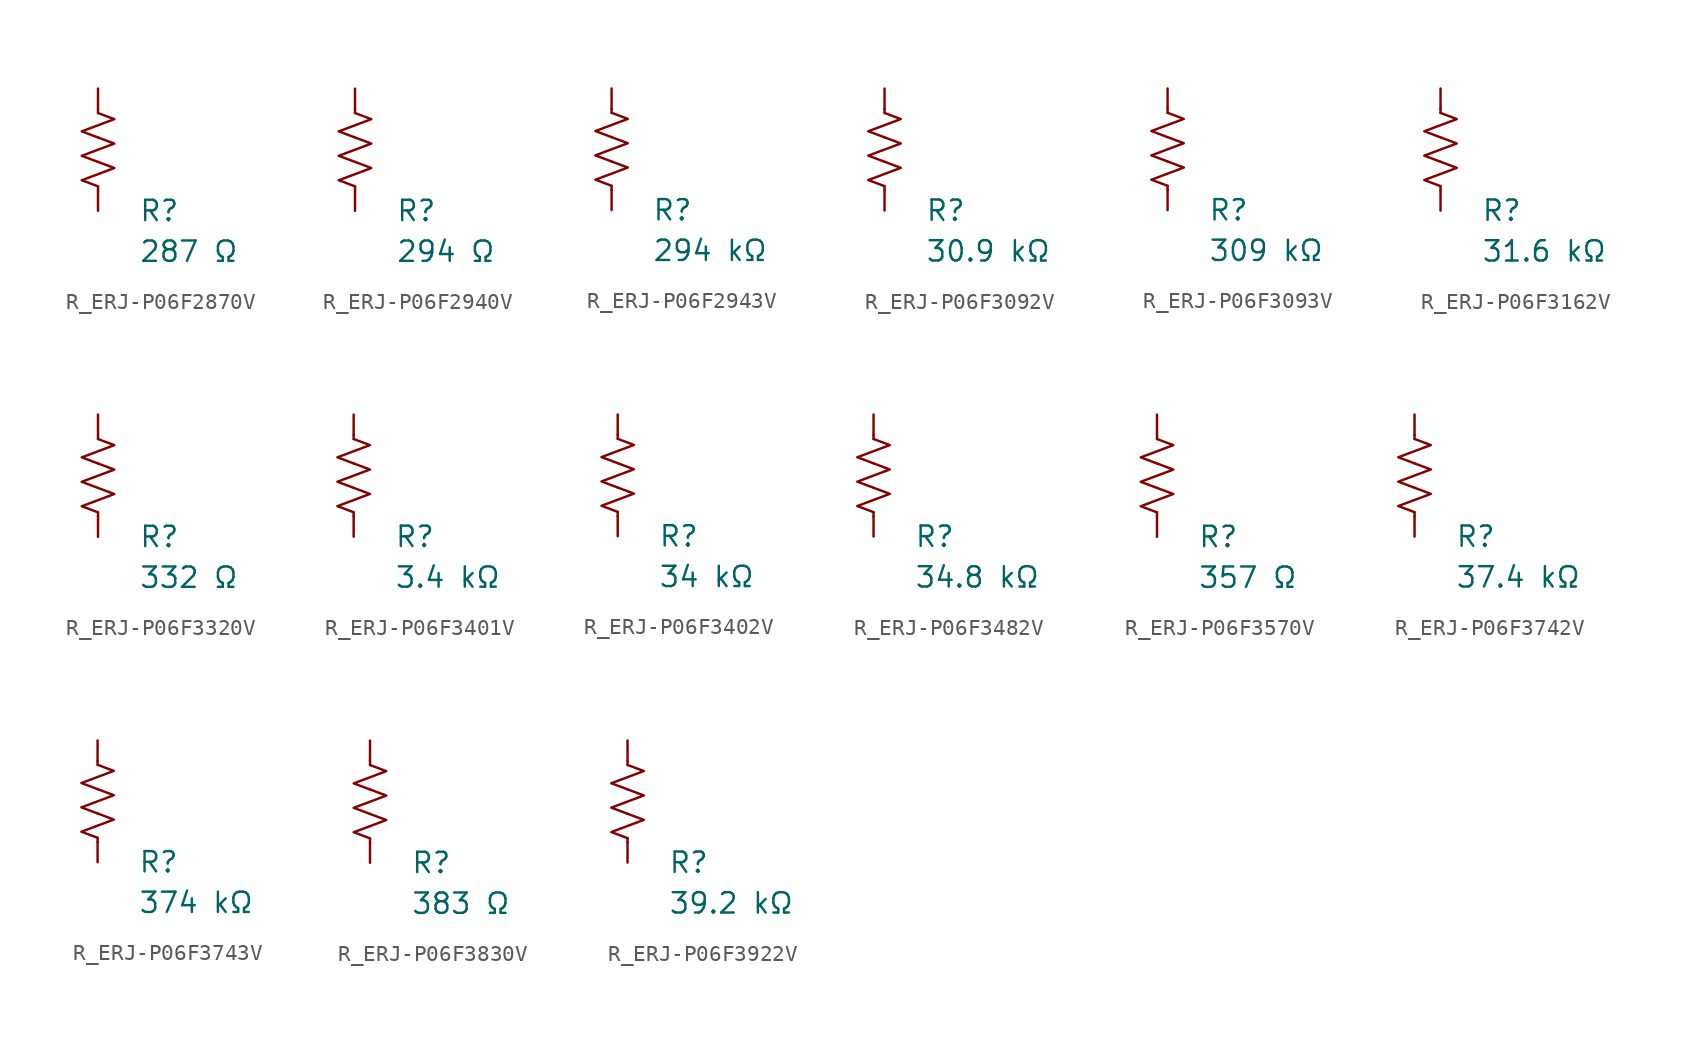
<source format=kicad_sym>
(kicad_symbol_lib
  (version 20231120)
  (generator "kicad_symbol_editor")
  (generator_version "8.0")
  (symbol "R_ERJ-P06F2870V"
    (pin_numbers hide)
    (pin_names
      (offset 0))
    (property "Reference" "R"
      (at 2.54 -3.81 0)
      (effects (font (size 1.27 1.27)) (justify left))
      (show_name no))
    (property "Value" "287 Ω"
      (at 2.54 -6.35 0)
      (effects (font (size 1.27 1.27)) (justify left))
      (show_name no))
    (symbol "R_ERJ-P06F2870V_0_1"
      (polyline (pts (xy 0 -2.286) (xy 0 -2.54)) (stroke (width 0) (type default)) (fill (type none)))
      (polyline (pts (xy 0 2.286) (xy 0 2.54)) (stroke (width 0) (type default)) (fill (type none)))
      (polyline (pts (xy 0 -0.762) (xy 1.016 -1.143) (xy 0 -1.524) (xy -1.016 -1.905) (xy 0 -2.286)) (stroke (width 0) (type default)) (fill (type none)))
      (polyline (pts (xy 0 0.762) (xy 1.016 0.381) (xy 0 0) (xy -1.016 -0.381) (xy 0 -0.762)) (stroke (width 0) (type default)) (fill (type none)))
      (polyline (pts (xy 0 2.286) (xy 1.016 1.905) (xy 0 1.524) (xy -1.016 1.143) (xy 0 0.762)) (stroke (width 0) (type default)) (fill (type none))))
    (symbol "R_ERJ-P06F2870V_1_1"
      (pin passive line (at 0 3.81 270) (length 1.27) (name "~" (effects (font (size 1.27 1.27)))) (number "1" (effects (font (size 1.27 1.27)))))
      (pin passive line (at 0 -3.81 90) (length 1.27) (name "~" (effects (font (size 1.27 1.27)))) (number "2" (effects (font (size 1.27 1.27)))))))
  (symbol "R_ERJ-P06F2940V"
    (pin_numbers hide)
    (pin_names
      (offset 0))
    (property "Reference" "R"
      (at 2.54 -3.81 0)
      (effects (font (size 1.27 1.27)) (justify left))
      (show_name no))
    (property "Value" "294 Ω"
      (at 2.54 -6.35 0)
      (effects (font (size 1.27 1.27)) (justify left))
      (show_name no))
    (symbol "R_ERJ-P06F2940V_0_1"
      (polyline (pts (xy 0 -2.286) (xy 0 -2.54)) (stroke (width 0) (type default)) (fill (type none)))
      (polyline (pts (xy 0 2.286) (xy 0 2.54)) (stroke (width 0) (type default)) (fill (type none)))
      (polyline (pts (xy 0 -0.762) (xy 1.016 -1.143) (xy 0 -1.524) (xy -1.016 -1.905) (xy 0 -2.286)) (stroke (width 0) (type default)) (fill (type none)))
      (polyline (pts (xy 0 0.762) (xy 1.016 0.381) (xy 0 0) (xy -1.016 -0.381) (xy 0 -0.762)) (stroke (width 0) (type default)) (fill (type none)))
      (polyline (pts (xy 0 2.286) (xy 1.016 1.905) (xy 0 1.524) (xy -1.016 1.143) (xy 0 0.762)) (stroke (width 0) (type default)) (fill (type none))))
    (symbol "R_ERJ-P06F2940V_1_1"
      (pin passive line (at 0 3.81 270) (length 1.27) (name "~" (effects (font (size 1.27 1.27)))) (number "1" (effects (font (size 1.27 1.27)))))
      (pin passive line (at 0 -3.81 90) (length 1.27) (name "~" (effects (font (size 1.27 1.27)))) (number "2" (effects (font (size 1.27 1.27)))))))
  (symbol "R_ERJ-P06F2943V"
    (pin_numbers hide)
    (pin_names
      (offset 0))
    (property "Reference" "R"
      (at 2.54 -3.81 0)
      (effects (font (size 1.27 1.27)) (justify left))
      (show_name no))
    (property "Value" "294 kΩ"
      (at 2.54 -6.35 0)
      (effects (font (size 1.27 1.27)) (justify left))
      (show_name no))
    (symbol "R_ERJ-P06F2943V_0_1"
      (polyline (pts (xy 0 -2.286) (xy 0 -2.54)) (stroke (width 0) (type default)) (fill (type none)))
      (polyline (pts (xy 0 2.286) (xy 0 2.54)) (stroke (width 0) (type default)) (fill (type none)))
      (polyline (pts (xy 0 -0.762) (xy 1.016 -1.143) (xy 0 -1.524) (xy -1.016 -1.905) (xy 0 -2.286)) (stroke (width 0) (type default)) (fill (type none)))
      (polyline (pts (xy 0 0.762) (xy 1.016 0.381) (xy 0 0) (xy -1.016 -0.381) (xy 0 -0.762)) (stroke (width 0) (type default)) (fill (type none)))
      (polyline (pts (xy 0 2.286) (xy 1.016 1.905) (xy 0 1.524) (xy -1.016 1.143) (xy 0 0.762)) (stroke (width 0) (type default)) (fill (type none))))
    (symbol "R_ERJ-P06F2943V_1_1"
      (pin passive line (at 0 3.81 270) (length 1.27) (name "~" (effects (font (size 1.27 1.27)))) (number "1" (effects (font (size 1.27 1.27)))))
      (pin passive line (at 0 -3.81 90) (length 1.27) (name "~" (effects (font (size 1.27 1.27)))) (number "2" (effects (font (size 1.27 1.27)))))))
  (symbol "R_ERJ-P06F3092V"
    (pin_numbers hide)
    (pin_names
      (offset 0))
    (property "Reference" "R"
      (at 2.54 -3.81 0)
      (effects (font (size 1.27 1.27)) (justify left))
      (show_name no))
    (property "Value" "30.9 kΩ"
      (at 2.54 -6.35 0)
      (effects (font (size 1.27 1.27)) (justify left))
      (show_name no))
    (symbol "R_ERJ-P06F3092V_0_1"
      (polyline (pts (xy 0 -2.286) (xy 0 -2.54)) (stroke (width 0) (type default)) (fill (type none)))
      (polyline (pts (xy 0 2.286) (xy 0 2.54)) (stroke (width 0) (type default)) (fill (type none)))
      (polyline (pts (xy 0 -0.762) (xy 1.016 -1.143) (xy 0 -1.524) (xy -1.016 -1.905) (xy 0 -2.286)) (stroke (width 0) (type default)) (fill (type none)))
      (polyline (pts (xy 0 0.762) (xy 1.016 0.381) (xy 0 0) (xy -1.016 -0.381) (xy 0 -0.762)) (stroke (width 0) (type default)) (fill (type none)))
      (polyline (pts (xy 0 2.286) (xy 1.016 1.905) (xy 0 1.524) (xy -1.016 1.143) (xy 0 0.762)) (stroke (width 0) (type default)) (fill (type none))))
    (symbol "R_ERJ-P06F3092V_1_1"
      (pin passive line (at 0 3.81 270) (length 1.27) (name "~" (effects (font (size 1.27 1.27)))) (number "1" (effects (font (size 1.27 1.27)))))
      (pin passive line (at 0 -3.81 90) (length 1.27) (name "~" (effects (font (size 1.27 1.27)))) (number "2" (effects (font (size 1.27 1.27)))))))
  (symbol "R_ERJ-P06F3093V"
    (pin_numbers hide)
    (pin_names
      (offset 0))
    (property "Reference" "R"
      (at 2.54 -3.81 0)
      (effects (font (size 1.27 1.27)) (justify left))
      (show_name no))
    (property "Value" "309 kΩ"
      (at 2.54 -6.35 0)
      (effects (font (size 1.27 1.27)) (justify left))
      (show_name no))
    (symbol "R_ERJ-P06F3093V_0_1"
      (polyline (pts (xy 0 -2.286) (xy 0 -2.54)) (stroke (width 0) (type default)) (fill (type none)))
      (polyline (pts (xy 0 2.286) (xy 0 2.54)) (stroke (width 0) (type default)) (fill (type none)))
      (polyline (pts (xy 0 -0.762) (xy 1.016 -1.143) (xy 0 -1.524) (xy -1.016 -1.905) (xy 0 -2.286)) (stroke (width 0) (type default)) (fill (type none)))
      (polyline (pts (xy 0 0.762) (xy 1.016 0.381) (xy 0 0) (xy -1.016 -0.381) (xy 0 -0.762)) (stroke (width 0) (type default)) (fill (type none)))
      (polyline (pts (xy 0 2.286) (xy 1.016 1.905) (xy 0 1.524) (xy -1.016 1.143) (xy 0 0.762)) (stroke (width 0) (type default)) (fill (type none))))
    (symbol "R_ERJ-P06F3093V_1_1"
      (pin passive line (at 0 3.81 270) (length 1.27) (name "~" (effects (font (size 1.27 1.27)))) (number "1" (effects (font (size 1.27 1.27)))))
      (pin passive line (at 0 -3.81 90) (length 1.27) (name "~" (effects (font (size 1.27 1.27)))) (number "2" (effects (font (size 1.27 1.27)))))))
  (symbol "R_ERJ-P06F3162V"
    (pin_numbers hide)
    (pin_names
      (offset 0))
    (property "Reference" "R"
      (at 2.54 -3.81 0)
      (effects (font (size 1.27 1.27)) (justify left))
      (show_name no))
    (property "Value" "31.6 kΩ"
      (at 2.54 -6.35 0)
      (effects (font (size 1.27 1.27)) (justify left))
      (show_name no))
    (symbol "R_ERJ-P06F3162V_0_1"
      (polyline (pts (xy 0 -2.286) (xy 0 -2.54)) (stroke (width 0) (type default)) (fill (type none)))
      (polyline (pts (xy 0 2.286) (xy 0 2.54)) (stroke (width 0) (type default)) (fill (type none)))
      (polyline (pts (xy 0 -0.762) (xy 1.016 -1.143) (xy 0 -1.524) (xy -1.016 -1.905) (xy 0 -2.286)) (stroke (width 0) (type default)) (fill (type none)))
      (polyline (pts (xy 0 0.762) (xy 1.016 0.381) (xy 0 0) (xy -1.016 -0.381) (xy 0 -0.762)) (stroke (width 0) (type default)) (fill (type none)))
      (polyline (pts (xy 0 2.286) (xy 1.016 1.905) (xy 0 1.524) (xy -1.016 1.143) (xy 0 0.762)) (stroke (width 0) (type default)) (fill (type none))))
    (symbol "R_ERJ-P06F3162V_1_1"
      (pin passive line (at 0 3.81 270) (length 1.27) (name "~" (effects (font (size 1.27 1.27)))) (number "1" (effects (font (size 1.27 1.27)))))
      (pin passive line (at 0 -3.81 90) (length 1.27) (name "~" (effects (font (size 1.27 1.27)))) (number "2" (effects (font (size 1.27 1.27)))))))
  (symbol "R_ERJ-P06F3320V"
    (pin_numbers hide)
    (pin_names
      (offset 0))
    (property "Reference" "R"
      (at 2.54 -3.81 0)
      (effects (font (size 1.27 1.27)) (justify left))
      (show_name no))
    (property "Value" "332 Ω"
      (at 2.54 -6.35 0)
      (effects (font (size 1.27 1.27)) (justify left))
      (show_name no))
    (symbol "R_ERJ-P06F3320V_0_1"
      (polyline (pts (xy 0 -2.286) (xy 0 -2.54)) (stroke (width 0) (type default)) (fill (type none)))
      (polyline (pts (xy 0 2.286) (xy 0 2.54)) (stroke (width 0) (type default)) (fill (type none)))
      (polyline (pts (xy 0 -0.762) (xy 1.016 -1.143) (xy 0 -1.524) (xy -1.016 -1.905) (xy 0 -2.286)) (stroke (width 0) (type default)) (fill (type none)))
      (polyline (pts (xy 0 0.762) (xy 1.016 0.381) (xy 0 0) (xy -1.016 -0.381) (xy 0 -0.762)) (stroke (width 0) (type default)) (fill (type none)))
      (polyline (pts (xy 0 2.286) (xy 1.016 1.905) (xy 0 1.524) (xy -1.016 1.143) (xy 0 0.762)) (stroke (width 0) (type default)) (fill (type none))))
    (symbol "R_ERJ-P06F3320V_1_1"
      (pin passive line (at 0 3.81 270) (length 1.27) (name "~" (effects (font (size 1.27 1.27)))) (number "1" (effects (font (size 1.27 1.27)))))
      (pin passive line (at 0 -3.81 90) (length 1.27) (name "~" (effects (font (size 1.27 1.27)))) (number "2" (effects (font (size 1.27 1.27)))))))
  (symbol "R_ERJ-P06F3401V"
    (pin_numbers hide)
    (pin_names
      (offset 0))
    (property "Reference" "R"
      (at 2.54 -3.81 0)
      (effects (font (size 1.27 1.27)) (justify left))
      (show_name no))
    (property "Value" "3.4 kΩ"
      (at 2.54 -6.35 0)
      (effects (font (size 1.27 1.27)) (justify left))
      (show_name no))
    (symbol "R_ERJ-P06F3401V_0_1"
      (polyline (pts (xy 0 -2.286) (xy 0 -2.54)) (stroke (width 0) (type default)) (fill (type none)))
      (polyline (pts (xy 0 2.286) (xy 0 2.54)) (stroke (width 0) (type default)) (fill (type none)))
      (polyline (pts (xy 0 -0.762) (xy 1.016 -1.143) (xy 0 -1.524) (xy -1.016 -1.905) (xy 0 -2.286)) (stroke (width 0) (type default)) (fill (type none)))
      (polyline (pts (xy 0 0.762) (xy 1.016 0.381) (xy 0 0) (xy -1.016 -0.381) (xy 0 -0.762)) (stroke (width 0) (type default)) (fill (type none)))
      (polyline (pts (xy 0 2.286) (xy 1.016 1.905) (xy 0 1.524) (xy -1.016 1.143) (xy 0 0.762)) (stroke (width 0) (type default)) (fill (type none))))
    (symbol "R_ERJ-P06F3401V_1_1"
      (pin passive line (at 0 3.81 270) (length 1.27) (name "~" (effects (font (size 1.27 1.27)))) (number "1" (effects (font (size 1.27 1.27)))))
      (pin passive line (at 0 -3.81 90) (length 1.27) (name "~" (effects (font (size 1.27 1.27)))) (number "2" (effects (font (size 1.27 1.27)))))))
  (symbol "R_ERJ-P06F3402V"
    (pin_numbers hide)
    (pin_names
      (offset 0))
    (property "Reference" "R"
      (at 2.54 -3.81 0)
      (effects (font (size 1.27 1.27)) (justify left))
      (show_name no))
    (property "Value" "34 kΩ"
      (at 2.54 -6.35 0)
      (effects (font (size 1.27 1.27)) (justify left))
      (show_name no))
    (symbol "R_ERJ-P06F3402V_0_1"
      (polyline (pts (xy 0 -2.286) (xy 0 -2.54)) (stroke (width 0) (type default)) (fill (type none)))
      (polyline (pts (xy 0 2.286) (xy 0 2.54)) (stroke (width 0) (type default)) (fill (type none)))
      (polyline (pts (xy 0 -0.762) (xy 1.016 -1.143) (xy 0 -1.524) (xy -1.016 -1.905) (xy 0 -2.286)) (stroke (width 0) (type default)) (fill (type none)))
      (polyline (pts (xy 0 0.762) (xy 1.016 0.381) (xy 0 0) (xy -1.016 -0.381) (xy 0 -0.762)) (stroke (width 0) (type default)) (fill (type none)))
      (polyline (pts (xy 0 2.286) (xy 1.016 1.905) (xy 0 1.524) (xy -1.016 1.143) (xy 0 0.762)) (stroke (width 0) (type default)) (fill (type none))))
    (symbol "R_ERJ-P06F3402V_1_1"
      (pin passive line (at 0 3.81 270) (length 1.27) (name "~" (effects (font (size 1.27 1.27)))) (number "1" (effects (font (size 1.27 1.27)))))
      (pin passive line (at 0 -3.81 90) (length 1.27) (name "~" (effects (font (size 1.27 1.27)))) (number "2" (effects (font (size 1.27 1.27)))))))
  (symbol "R_ERJ-P06F3482V"
    (pin_numbers hide)
    (pin_names
      (offset 0))
    (property "Reference" "R"
      (at 2.54 -3.81 0)
      (effects (font (size 1.27 1.27)) (justify left))
      (show_name no))
    (property "Value" "34.8 kΩ"
      (at 2.54 -6.35 0)
      (effects (font (size 1.27 1.27)) (justify left))
      (show_name no))
    (symbol "R_ERJ-P06F3482V_0_1"
      (polyline (pts (xy 0 -2.286) (xy 0 -2.54)) (stroke (width 0) (type default)) (fill (type none)))
      (polyline (pts (xy 0 2.286) (xy 0 2.54)) (stroke (width 0) (type default)) (fill (type none)))
      (polyline (pts (xy 0 -0.762) (xy 1.016 -1.143) (xy 0 -1.524) (xy -1.016 -1.905) (xy 0 -2.286)) (stroke (width 0) (type default)) (fill (type none)))
      (polyline (pts (xy 0 0.762) (xy 1.016 0.381) (xy 0 0) (xy -1.016 -0.381) (xy 0 -0.762)) (stroke (width 0) (type default)) (fill (type none)))
      (polyline (pts (xy 0 2.286) (xy 1.016 1.905) (xy 0 1.524) (xy -1.016 1.143) (xy 0 0.762)) (stroke (width 0) (type default)) (fill (type none))))
    (symbol "R_ERJ-P06F3482V_1_1"
      (pin passive line (at 0 3.81 270) (length 1.27) (name "~" (effects (font (size 1.27 1.27)))) (number "1" (effects (font (size 1.27 1.27)))))
      (pin passive line (at 0 -3.81 90) (length 1.27) (name "~" (effects (font (size 1.27 1.27)))) (number "2" (effects (font (size 1.27 1.27)))))))
  (symbol "R_ERJ-P06F3570V"
    (pin_numbers hide)
    (pin_names
      (offset 0))
    (property "Reference" "R"
      (at 2.54 -3.81 0)
      (effects (font (size 1.27 1.27)) (justify left))
      (show_name no))
    (property "Value" "357 Ω"
      (at 2.54 -6.35 0)
      (effects (font (size 1.27 1.27)) (justify left))
      (show_name no))
    (symbol "R_ERJ-P06F3570V_0_1"
      (polyline (pts (xy 0 -2.286) (xy 0 -2.54)) (stroke (width 0) (type default)) (fill (type none)))
      (polyline (pts (xy 0 2.286) (xy 0 2.54)) (stroke (width 0) (type default)) (fill (type none)))
      (polyline (pts (xy 0 -0.762) (xy 1.016 -1.143) (xy 0 -1.524) (xy -1.016 -1.905) (xy 0 -2.286)) (stroke (width 0) (type default)) (fill (type none)))
      (polyline (pts (xy 0 0.762) (xy 1.016 0.381) (xy 0 0) (xy -1.016 -0.381) (xy 0 -0.762)) (stroke (width 0) (type default)) (fill (type none)))
      (polyline (pts (xy 0 2.286) (xy 1.016 1.905) (xy 0 1.524) (xy -1.016 1.143) (xy 0 0.762)) (stroke (width 0) (type default)) (fill (type none))))
    (symbol "R_ERJ-P06F3570V_1_1"
      (pin passive line (at 0 3.81 270) (length 1.27) (name "~" (effects (font (size 1.27 1.27)))) (number "1" (effects (font (size 1.27 1.27)))))
      (pin passive line (at 0 -3.81 90) (length 1.27) (name "~" (effects (font (size 1.27 1.27)))) (number "2" (effects (font (size 1.27 1.27)))))))
  (symbol "R_ERJ-P06F3742V"
    (pin_numbers hide)
    (pin_names
      (offset 0))
    (property "Reference" "R"
      (at 2.54 -3.81 0)
      (effects (font (size 1.27 1.27)) (justify left))
      (show_name no))
    (property "Value" "37.4 kΩ"
      (at 2.54 -6.35 0)
      (effects (font (size 1.27 1.27)) (justify left))
      (show_name no))
    (symbol "R_ERJ-P06F3742V_0_1"
      (polyline (pts (xy 0 -2.286) (xy 0 -2.54)) (stroke (width 0) (type default)) (fill (type none)))
      (polyline (pts (xy 0 2.286) (xy 0 2.54)) (stroke (width 0) (type default)) (fill (type none)))
      (polyline (pts (xy 0 -0.762) (xy 1.016 -1.143) (xy 0 -1.524) (xy -1.016 -1.905) (xy 0 -2.286)) (stroke (width 0) (type default)) (fill (type none)))
      (polyline (pts (xy 0 0.762) (xy 1.016 0.381) (xy 0 0) (xy -1.016 -0.381) (xy 0 -0.762)) (stroke (width 0) (type default)) (fill (type none)))
      (polyline (pts (xy 0 2.286) (xy 1.016 1.905) (xy 0 1.524) (xy -1.016 1.143) (xy 0 0.762)) (stroke (width 0) (type default)) (fill (type none))))
    (symbol "R_ERJ-P06F3742V_1_1"
      (pin passive line (at 0 3.81 270) (length 1.27) (name "~" (effects (font (size 1.27 1.27)))) (number "1" (effects (font (size 1.27 1.27)))))
      (pin passive line (at 0 -3.81 90) (length 1.27) (name "~" (effects (font (size 1.27 1.27)))) (number "2" (effects (font (size 1.27 1.27)))))))
  (symbol "R_ERJ-P06F3743V"
    (pin_numbers hide)
    (pin_names
      (offset 0))
    (property "Reference" "R"
      (at 2.54 -3.81 0)
      (effects (font (size 1.27 1.27)) (justify left))
      (show_name no))
    (property "Value" "374 kΩ"
      (at 2.54 -6.35 0)
      (effects (font (size 1.27 1.27)) (justify left))
      (show_name no))
    (symbol "R_ERJ-P06F3743V_0_1"
      (polyline (pts (xy 0 -2.286) (xy 0 -2.54)) (stroke (width 0) (type default)) (fill (type none)))
      (polyline (pts (xy 0 2.286) (xy 0 2.54)) (stroke (width 0) (type default)) (fill (type none)))
      (polyline (pts (xy 0 -0.762) (xy 1.016 -1.143) (xy 0 -1.524) (xy -1.016 -1.905) (xy 0 -2.286)) (stroke (width 0) (type default)) (fill (type none)))
      (polyline (pts (xy 0 0.762) (xy 1.016 0.381) (xy 0 0) (xy -1.016 -0.381) (xy 0 -0.762)) (stroke (width 0) (type default)) (fill (type none)))
      (polyline (pts (xy 0 2.286) (xy 1.016 1.905) (xy 0 1.524) (xy -1.016 1.143) (xy 0 0.762)) (stroke (width 0) (type default)) (fill (type none))))
    (symbol "R_ERJ-P06F3743V_1_1"
      (pin passive line (at 0 3.81 270) (length 1.27) (name "~" (effects (font (size 1.27 1.27)))) (number "1" (effects (font (size 1.27 1.27)))))
      (pin passive line (at 0 -3.81 90) (length 1.27) (name "~" (effects (font (size 1.27 1.27)))) (number "2" (effects (font (size 1.27 1.27)))))))
  (symbol "R_ERJ-P06F3830V"
    (pin_numbers hide)
    (pin_names
      (offset 0))
    (property "Reference" "R"
      (at 2.54 -3.81 0)
      (effects (font (size 1.27 1.27)) (justify left))
      (show_name no))
    (property "Value" "383 Ω"
      (at 2.54 -6.35 0)
      (effects (font (size 1.27 1.27)) (justify left))
      (show_name no))
    (symbol "R_ERJ-P06F3830V_0_1"
      (polyline (pts (xy 0 -2.286) (xy 0 -2.54)) (stroke (width 0) (type default)) (fill (type none)))
      (polyline (pts (xy 0 2.286) (xy 0 2.54)) (stroke (width 0) (type default)) (fill (type none)))
      (polyline (pts (xy 0 -0.762) (xy 1.016 -1.143) (xy 0 -1.524) (xy -1.016 -1.905) (xy 0 -2.286)) (stroke (width 0) (type default)) (fill (type none)))
      (polyline (pts (xy 0 0.762) (xy 1.016 0.381) (xy 0 0) (xy -1.016 -0.381) (xy 0 -0.762)) (stroke (width 0) (type default)) (fill (type none)))
      (polyline (pts (xy 0 2.286) (xy 1.016 1.905) (xy 0 1.524) (xy -1.016 1.143) (xy 0 0.762)) (stroke (width 0) (type default)) (fill (type none))))
    (symbol "R_ERJ-P06F3830V_1_1"
      (pin passive line (at 0 3.81 270) (length 1.27) (name "~" (effects (font (size 1.27 1.27)))) (number "1" (effects (font (size 1.27 1.27)))))
      (pin passive line (at 0 -3.81 90) (length 1.27) (name "~" (effects (font (size 1.27 1.27)))) (number "2" (effects (font (size 1.27 1.27)))))))
  (symbol "R_ERJ-P06F3922V"
    (pin_numbers hide)
    (pin_names
      (offset 0))
    (property "Reference" "R"
      (at 2.54 -3.81 0)
      (effects (font (size 1.27 1.27)) (justify left))
      (show_name no))
    (property "Value" "39.2 kΩ"
      (at 2.54 -6.35 0)
      (effects (font (size 1.27 1.27)) (justify left))
      (show_name no))
    (symbol "R_ERJ-P06F3922V_0_1"
      (polyline (pts (xy 0 -2.286) (xy 0 -2.54)) (stroke (width 0) (type default)) (fill (type none)))
      (polyline (pts (xy 0 2.286) (xy 0 2.54)) (stroke (width 0) (type default)) (fill (type none)))
      (polyline (pts (xy 0 -0.762) (xy 1.016 -1.143) (xy 0 -1.524) (xy -1.016 -1.905) (xy 0 -2.286)) (stroke (width 0) (type default)) (fill (type none)))
      (polyline (pts (xy 0 0.762) (xy 1.016 0.381) (xy 0 0) (xy -1.016 -0.381) (xy 0 -0.762)) (stroke (width 0) (type default)) (fill (type none)))
      (polyline (pts (xy 0 2.286) (xy 1.016 1.905) (xy 0 1.524) (xy -1.016 1.143) (xy 0 0.762)) (stroke (width 0) (type default)) (fill (type none))))
    (symbol "R_ERJ-P06F3922V_1_1"
      (pin passive line (at 0 3.81 270) (length 1.27) (name "~" (effects (font (size 1.27 1.27)))) (number "1" (effects (font (size 1.27 1.27)))))
      (pin passive line (at 0 -3.81 90) (length 1.27) (name "~" (effects (font (size 1.27 1.27)))) (number "2" (effects (font (size 1.27 1.27))))))))
</source>
